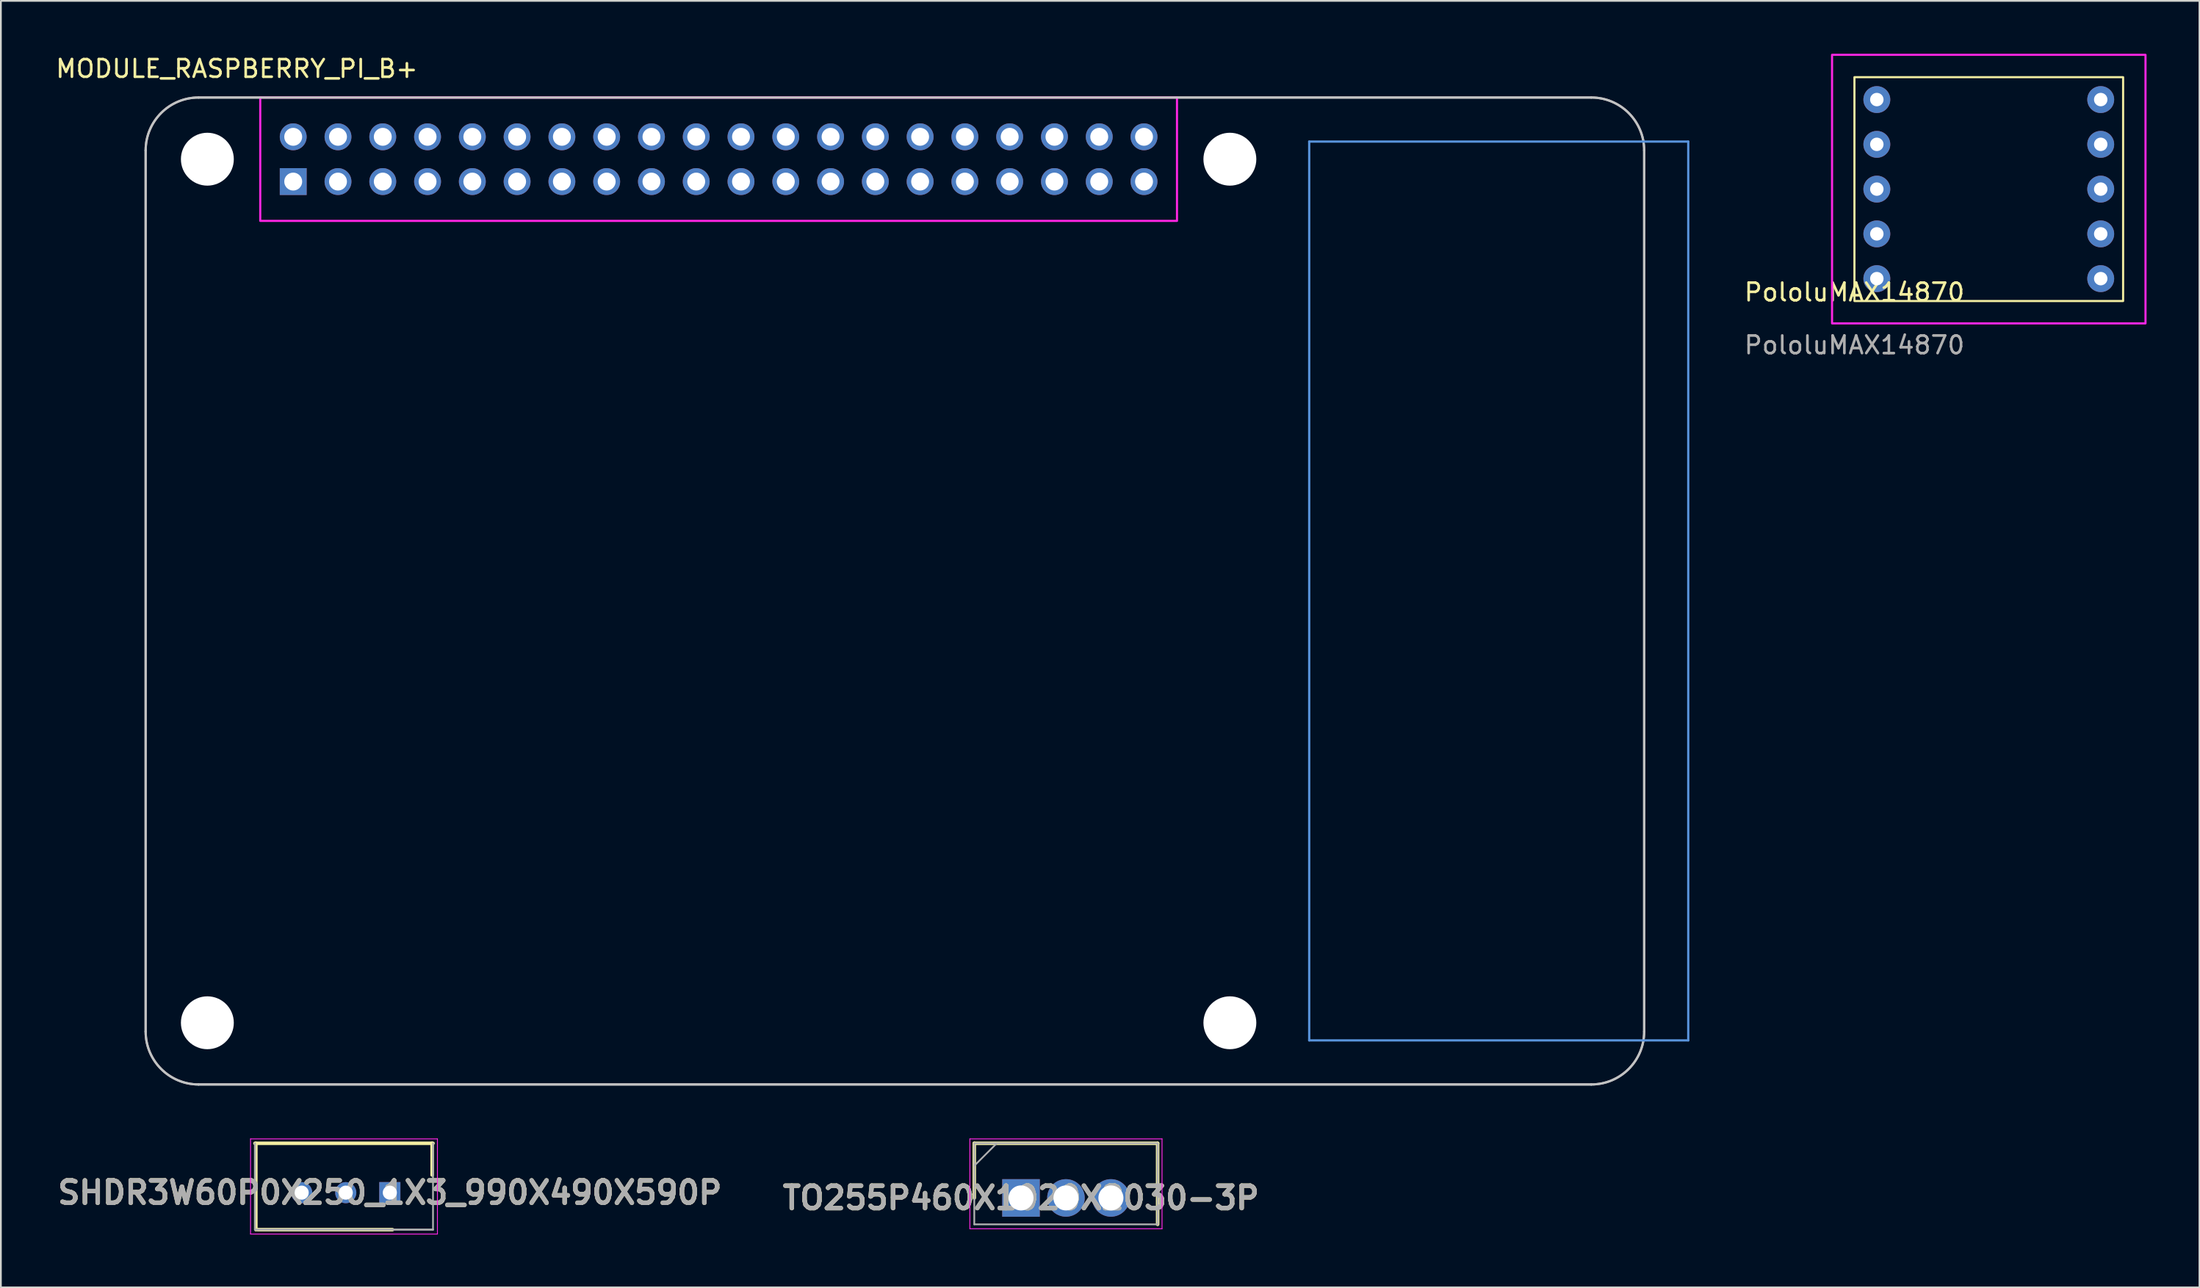
<source format=kicad_pcb>
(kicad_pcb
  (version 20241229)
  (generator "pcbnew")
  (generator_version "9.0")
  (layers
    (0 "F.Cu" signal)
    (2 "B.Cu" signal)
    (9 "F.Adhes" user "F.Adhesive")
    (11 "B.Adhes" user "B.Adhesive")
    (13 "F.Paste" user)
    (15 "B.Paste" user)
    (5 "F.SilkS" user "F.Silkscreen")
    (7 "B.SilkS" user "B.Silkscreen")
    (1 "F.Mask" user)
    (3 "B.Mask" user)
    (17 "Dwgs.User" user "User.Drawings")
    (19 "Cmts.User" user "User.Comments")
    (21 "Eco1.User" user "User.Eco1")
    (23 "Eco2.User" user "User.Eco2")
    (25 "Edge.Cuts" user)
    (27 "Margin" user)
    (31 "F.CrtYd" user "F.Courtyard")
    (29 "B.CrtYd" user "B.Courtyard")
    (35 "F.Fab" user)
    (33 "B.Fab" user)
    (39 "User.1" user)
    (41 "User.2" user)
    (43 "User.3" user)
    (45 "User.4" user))
  (footprint "SHDR3W60P0X250_1X3_990X490X590P"
    (layer "F.Cu")
    (at 19.062 64.622)
    (property "Reference" "SHDR3W60P0X250_1X3_990X490X590P" (at 0 0 0) (layer "F.SilkS") (effects (font (size 1.27 1.27) (thickness 0.254))))
    (attr through_hole)
    (fp_line (start -7.65 -2.8) (end 2.45 -2.8) (stroke (width 0.2) (type solid)) (layer "F.SilkS"))
    (fp_line (start -7.6 2.1) (end -7.6 -2.8) (stroke (width 0.2) (type solid)) (layer "F.SilkS"))
    (fp_line (start 0.15 2.1) (end -7.5 2.1) (stroke (width 0.2) (type solid)) (layer "F.SilkS"))
    (fp_line (start 2.4 -2.8) (end 2.4 -1) (stroke (width 0.2) (type solid)) (layer "F.SilkS"))
    (fp_line (start -7.9 -3.05) (end 2.7 -3.05) (stroke (width 0.05) (type solid)) (layer "F.CrtYd"))
    (fp_line (start -7.9 2.35) (end -7.9 -3.05) (stroke (width 0.05) (type solid)) (layer "F.CrtYd"))
    (fp_line (start 2.7 -3.05) (end 2.7 2.35) (stroke (width 0.05) (type solid)) (layer "F.CrtYd"))
    (fp_line (start 2.7 2.35) (end -7.9 2.35) (stroke (width 0.05) (type solid)) (layer "F.CrtYd"))
    (fp_line (start -7.65 2.1) (end -7.65 -2.8) (stroke (width 0.1) (type solid)) (layer "F.Fab"))
    (fp_line (start -7.65 2.1) (end 2.45 2.1) (stroke (width 0.1) (type solid)) (layer "F.Fab"))
    (fp_line (start 2.45 -2.8) (end 2.45 2.1) (stroke (width 0.1) (type solid)) (layer "F.Fab"))
    (fp_line (start 2.45 2.1) (end -7.65 2.1) (stroke (width 0.1) (type solid)) (layer "F.Fab"))
    (fp_text user "${REFERENCE}" (at 0 0 0) (layer "F.Fab") (effects (font (size 1.27 1.27) (thickness 0.254))))
    (pad "1" thru_hole rect (at 0 0) (size 1.2 1.2) (drill 0.8) (layers "*.Cu" "*.Mask"))
    (pad "2" thru_hole circle (at -2.5 0) (size 1.2 1.2) (drill 0.8) (layers "*.Cu" "*.Mask"))
    (pad "3" thru_hole circle (at -5 0) (size 1.2 1.2) (drill 0.8) (layers "*.Cu" "*.Mask")))
  (footprint "MODULE_RASPBERRY_PI_B+"
    (layer "F.Cu")
    (at 47.712 30.483)
    (property "Reference" "MODULE_RASPBERRY_PI_B+" (at -37.325 -29.635 0) (layer "F.SilkS") (effects (font (size 1 1) (thickness 0.15))))
    (attr through_hole)
    (fp_line (start -42.5 -25) (end -42.5 25) (stroke (width 0.127) (type solid)) (layer "Dwgs.User"))
    (fp_line (start -39.5 28) (end 39.5 28) (stroke (width 0.127) (type solid)) (layer "Dwgs.User"))
    (fp_line (start 39.5 -28) (end -39.5 -28) (stroke (width 0.127) (type solid)) (layer "Dwgs.User"))
    (fp_line (start 42.5 25) (end 42.5 -25) (stroke (width 0.127) (type solid)) (layer "Dwgs.User"))
    (fp_arc (start -42.5 -25) (mid -41.62132 -27.12132) (end -39.5 -28) (stroke (width 0.127) (type solid)) (layer "Dwgs.User"))
    (fp_arc (start -39.5 28) (mid -41.62132 27.12132) (end -42.5 25) (stroke (width 0.127) (type solid)) (layer "Dwgs.User"))
    (fp_arc (start 39.5 -28) (mid 41.62132 -27.12132) (end 42.5 -25) (stroke (width 0.127) (type solid)) (layer "Dwgs.User"))
    (fp_arc (start 42.5 25) (mid 41.62132 27.12132) (end 39.5 28) (stroke (width 0.127) (type solid)) (layer "Dwgs.User"))
    (fp_line (start 23.5 -25.5) (end 23.5 25.5) (stroke (width 0.127) (type solid)) (layer "Cmts.User"))
    (fp_line (start 23.5 25.5) (end 45 25.5) (stroke (width 0.127) (type solid)) (layer "Cmts.User"))
    (fp_line (start 45 -25.5) (end 23.5 -25.5) (stroke (width 0.127) (type solid)) (layer "Cmts.User"))
    (fp_line (start 45 25.5) (end 45 -25.5) (stroke (width 0.127) (type solid)) (layer "Cmts.User"))
    (fp_rect (start -36 -28) (end 16 -21) (stroke (width 0.12) (type solid)) (fill no) (layer "F.CrtYd"))
    (fp_line (start -42.5 -25) (end -42.5 25) (stroke (width 0.127) (type solid)) (layer "F.Fab"))
    (fp_line (start -39.5 28) (end 39.5 28) (stroke (width 0.127) (type solid)) (layer "F.Fab"))
    (fp_line (start 39.5 -28) (end -39.5 -28) (stroke (width 0.127) (type solid)) (layer "F.Fab"))
    (fp_line (start 42.5 25) (end 42.5 -25) (stroke (width 0.127) (type solid)) (layer "F.Fab"))
    (fp_arc (start -42.5 -25) (mid -41.62132 -27.12132) (end -39.5 -28) (stroke (width 0.127) (type solid)) (layer "F.Fab"))
    (fp_arc (start -39.5 28) (mid -41.62132 27.12132) (end -42.5 25) (stroke (width 0.127) (type solid)) (layer "F.Fab"))
    (fp_arc (start 39.5 -28) (mid 41.62132 -27.12132) (end 42.5 -25) (stroke (width 0.127) (type solid)) (layer "F.Fab"))
    (fp_arc (start 42.5 25) (mid 41.62132 27.12132) (end 39.5 28) (stroke (width 0.127) (type solid)) (layer "F.Fab"))
    (pad "" np_thru_hole circle (at -39 -24.5 180) (size 3 3) (drill 3) (layers "*.Cu" "*.Mask"))
    (pad "" np_thru_hole circle (at -39 24.5 90) (size 3 3) (drill 3) (layers "*.Cu" "*.Mask"))
    (pad "" np_thru_hole circle (at 19 -24.5 180) (size 3 3) (drill 3) (layers "*.Cu" "*.Mask"))
    (pad "" np_thru_hole circle (at 19 24.5 90) (size 3 3) (drill 3) (layers "*.Cu" "*.Mask"))
    (pad "1" thru_hole rect (at -34.13 -23.23) (size 1.524 1.524) (drill 1.016) (layers "*.Cu" "*.Mask"))
    (pad "2" thru_hole circle (at -34.13 -25.77) (size 1.524 1.524) (drill 1.016) (layers "*.Cu" "*.Mask"))
    (pad "3" thru_hole circle (at -31.59 -23.23) (size 1.524 1.524) (drill 1.016) (layers "*.Cu" "*.Mask"))
    (pad "4" thru_hole circle (at -31.59 -25.77) (size 1.524 1.524) (drill 1.016) (layers "*.Cu" "*.Mask"))
    (pad "5" thru_hole circle (at -29.05 -23.23) (size 1.524 1.524) (drill 1.016) (layers "*.Cu" "*.Mask"))
    (pad "6" thru_hole circle (at -29.05 -25.77) (size 1.524 1.524) (drill 1.016) (layers "*.Cu" "*.Mask"))
    (pad "7" thru_hole circle (at -26.51 -23.23) (size 1.524 1.524) (drill 1.016) (layers "*.Cu" "*.Mask"))
    (pad "8" thru_hole circle (at -26.51 -25.77) (size 1.524 1.524) (drill 1.016) (layers "*.Cu" "*.Mask"))
    (pad "9" thru_hole circle (at -23.97 -23.23) (size 1.524 1.524) (drill 1.016) (layers "*.Cu" "*.Mask"))
    (pad "10" thru_hole circle (at -23.97 -25.77) (size 1.524 1.524) (drill 1.016) (layers "*.Cu" "*.Mask"))
    (pad "11" thru_hole circle (at -21.43 -23.23) (size 1.524 1.524) (drill 1.016) (layers "*.Cu" "*.Mask"))
    (pad "12" thru_hole circle (at -21.43 -25.77) (size 1.524 1.524) (drill 1.016) (layers "*.Cu" "*.Mask"))
    (pad "13" thru_hole circle (at -18.89 -23.23) (size 1.524 1.524) (drill 1.016) (layers "*.Cu" "*.Mask"))
    (pad "14" thru_hole circle (at -18.89 -25.77) (size 1.524 1.524) (drill 1.016) (layers "*.Cu" "*.Mask"))
    (pad "15" thru_hole circle (at -16.35 -23.23) (size 1.524 1.524) (drill 1.016) (layers "*.Cu" "*.Mask"))
    (pad "16" thru_hole circle (at -16.35 -25.77) (size 1.524 1.524) (drill 1.016) (layers "*.Cu" "*.Mask"))
    (pad "17" thru_hole circle (at -13.81 -23.23) (size 1.524 1.524) (drill 1.016) (layers "*.Cu" "*.Mask"))
    (pad "18" thru_hole circle (at -13.81 -25.77) (size 1.524 1.524) (drill 1.016) (layers "*.Cu" "*.Mask"))
    (pad "19" thru_hole circle (at -11.27 -23.23) (size 1.524 1.524) (drill 1.016) (layers "*.Cu" "*.Mask"))
    (pad "20" thru_hole circle (at -11.27 -25.77) (size 1.524 1.524) (drill 1.016) (layers "*.Cu" "*.Mask"))
    (pad "21" thru_hole circle (at -8.73 -23.23) (size 1.524 1.524) (drill 1.016) (layers "*.Cu" "*.Mask"))
    (pad "22" thru_hole circle (at -8.73 -25.77) (size 1.524 1.524) (drill 1.016) (layers "*.Cu" "*.Mask"))
    (pad "23" thru_hole circle (at -6.19 -23.23) (size 1.524 1.524) (drill 1.016) (layers "*.Cu" "*.Mask"))
    (pad "24" thru_hole circle (at -6.19 -25.77) (size 1.524 1.524) (drill 1.016) (layers "*.Cu" "*.Mask"))
    (pad "25" thru_hole circle (at -3.65 -23.23) (size 1.524 1.524) (drill 1.016) (layers "*.Cu" "*.Mask"))
    (pad "26" thru_hole circle (at -3.65 -25.77) (size 1.524 1.524) (drill 1.016) (layers "*.Cu" "*.Mask"))
    (pad "27" thru_hole circle (at -1.11 -23.23) (size 1.524 1.524) (drill 1.016) (layers "*.Cu" "*.Mask"))
    (pad "28" thru_hole circle (at -1.11 -25.77) (size 1.524 1.524) (drill 1.016) (layers "*.Cu" "*.Mask"))
    (pad "29" thru_hole circle (at 1.43 -23.23) (size 1.524 1.524) (drill 1.016) (layers "*.Cu" "*.Mask"))
    (pad "30" thru_hole circle (at 1.43 -25.77) (size 1.524 1.524) (drill 1.016) (layers "*.Cu" "*.Mask"))
    (pad "31" thru_hole circle (at 3.97 -23.23) (size 1.524 1.524) (drill 1.016) (layers "*.Cu" "*.Mask"))
    (pad "32" thru_hole circle (at 3.97 -25.77) (size 1.524 1.524) (drill 1.016) (layers "*.Cu" "*.Mask"))
    (pad "33" thru_hole circle (at 6.51 -23.23) (size 1.524 1.524) (drill 1.016) (layers "*.Cu" "*.Mask"))
    (pad "34" thru_hole circle (at 6.51 -25.77) (size 1.524 1.524) (drill 1.016) (layers "*.Cu" "*.Mask"))
    (pad "35" thru_hole circle (at 9.05 -23.23) (size 1.524 1.524) (drill 1.016) (layers "*.Cu" "*.Mask"))
    (pad "36" thru_hole circle (at 9.05 -25.77) (size 1.524 1.524) (drill 1.016) (layers "*.Cu" "*.Mask"))
    (pad "37" thru_hole circle (at 11.59 -23.23) (size 1.524 1.524) (drill 1.016) (layers "*.Cu" "*.Mask"))
    (pad "38" thru_hole circle (at 11.59 -25.77) (size 1.524 1.524) (drill 1.016) (layers "*.Cu" "*.Mask"))
    (pad "39" thru_hole circle (at 14.13 -23.23) (size 1.524 1.524) (drill 1.016) (layers "*.Cu" "*.Mask"))
    (pad "40" thru_hole circle (at 14.13 -25.77) (size 1.524 1.524) (drill 1.016) (layers "*.Cu" "*.Mask")))
  (footprint "PololuMAX14870"
    (layer "F.Cu")
    (at 102.139 14.03)
    (property "Reference" "PololuMAX14870" (at 0 -0.5 0) (unlocked yes) (layer "F.SilkS") (effects (font (size 1 1) (thickness 0.15))))
    (attr through_hole)
    (fp_rect (start 0 0) (end 15.24 -12.7) (stroke (width 0.12) (type solid)) (fill no) (layer "F.SilkS"))
    (fp_rect (start -1.27 -13.97) (end 16.51 1.27) (stroke (width 0.12) (type solid)) (fill no) (layer "F.CrtYd"))
    (fp_text user "${REFERENCE}" (at 0 2.5 0) (unlocked yes) (layer "F.Fab") (effects (font (size 1 1) (thickness 0.15))))
    (pad "1" thru_hole circle (at 1.27 -11.43) (size 1.524 1.524) (drill 0.762) (layers "*.Cu" "*.Mask"))
    (pad "2" thru_hole circle (at 1.27 -8.89) (size 1.524 1.524) (drill 0.762) (layers "*.Cu" "*.Mask"))
    (pad "3" thru_hole circle (at 1.27 -6.35) (size 1.524 1.524) (drill 0.762) (layers "*.Cu" "*.Mask"))
    (pad "4" thru_hole circle (at 1.27 -3.81) (size 1.524 1.524) (drill 0.762) (layers "*.Cu" "*.Mask"))
    (pad "5" thru_hole circle (at 1.27 -1.27) (size 1.524 1.524) (drill 0.762) (layers "*.Cu" "*.Mask"))
    (pad "5" thru_hole circle (at 13.97 -1.27) (size 1.524 1.524) (drill 0.762) (layers "*.Cu" "*.Mask"))
    (pad "6" thru_hole circle (at 13.97 -11.43) (size 1.524 1.524) (drill 0.762) (layers "*.Cu" "*.Mask"))
    (pad "7" thru_hole circle (at 13.97 -8.89) (size 1.524 1.524) (drill 0.762) (layers "*.Cu" "*.Mask"))
    (pad "8" thru_hole circle (at 13.97 -6.35) (size 1.524 1.524) (drill 0.762) (layers "*.Cu" "*.Mask"))
    (pad "9" thru_hole circle (at 13.97 -3.81) (size 1.524 1.524) (drill 0.762) (layers "*.Cu" "*.Mask")))
  (footprint "TO255P460X1020X2030-3P"
    (layer "F.Cu")
    (at 54.864 64.922)
    (property "Reference" "TO255P460X1020X2030-3P" (at 0 0 0) (layer "F.SilkS") (effects (font (size 1.27 1.27) (thickness 0.254))))
    (attr through_hole)
    (fp_line (start -2.65 -3.1) (end -2.65 0) (stroke (width 0.2) (type solid)) (layer "F.SilkS"))
    (fp_line (start 7.75 -3.1) (end -2.65 -3.1) (stroke (width 0.2) (type solid)) (layer "F.SilkS"))
    (fp_line (start 7.75 1.5) (end 7.75 -3.1) (stroke (width 0.2) (type solid)) (layer "F.SilkS"))
    (fp_line (start -2.9 -3.35) (end 8 -3.35) (stroke (width 0.05) (type solid)) (layer "F.CrtYd"))
    (fp_line (start -2.9 1.75) (end -2.9 -3.35) (stroke (width 0.05) (type solid)) (layer "F.CrtYd"))
    (fp_line (start 8 -3.35) (end 8 1.75) (stroke (width 0.05) (type solid)) (layer "F.CrtYd"))
    (fp_line (start 8 1.75) (end -2.9 1.75) (stroke (width 0.05) (type solid)) (layer "F.CrtYd"))
    (fp_line (start -2.65 -3.1) (end 7.75 -3.1) (stroke (width 0.1) (type solid)) (layer "F.Fab"))
    (fp_line (start -2.65 -1.825) (end -1.375 -3.1) (stroke (width 0.1) (type solid)) (layer "F.Fab"))
    (fp_line (start -2.65 1.5) (end -2.65 -3.1) (stroke (width 0.1) (type solid)) (layer "F.Fab"))
    (fp_line (start 7.75 -3.1) (end 7.75 1.5) (stroke (width 0.1) (type solid)) (layer "F.Fab"))
    (fp_line (start 7.75 1.5) (end -2.65 1.5) (stroke (width 0.1) (type solid)) (layer "F.Fab"))
    (fp_text user "${REFERENCE}" (at 0 0 0) (layer "F.Fab") (effects (font (size 1.27 1.27) (thickness 0.254))))
    (pad "1" thru_hole rect (at 0 0) (size 2.13 2.13) (drill 1.42) (layers "*.Cu" "*.Mask"))
    (pad "2" thru_hole circle (at 2.55 0) (size 2.13 2.13) (drill 1.42) (layers "*.Cu" "*.Mask"))
    (pad "3" thru_hole circle (at 5.1 0) (size 2.13 2.13) (drill 1.42) (layers "*.Cu" "*.Mask")))
  (gr_rect
    (start -3 -3)
    (end 121.709 69.997)
    (stroke (width 0.1) (type default))
    (fill no)
    (layer "Edge.Cuts")))
</source>
